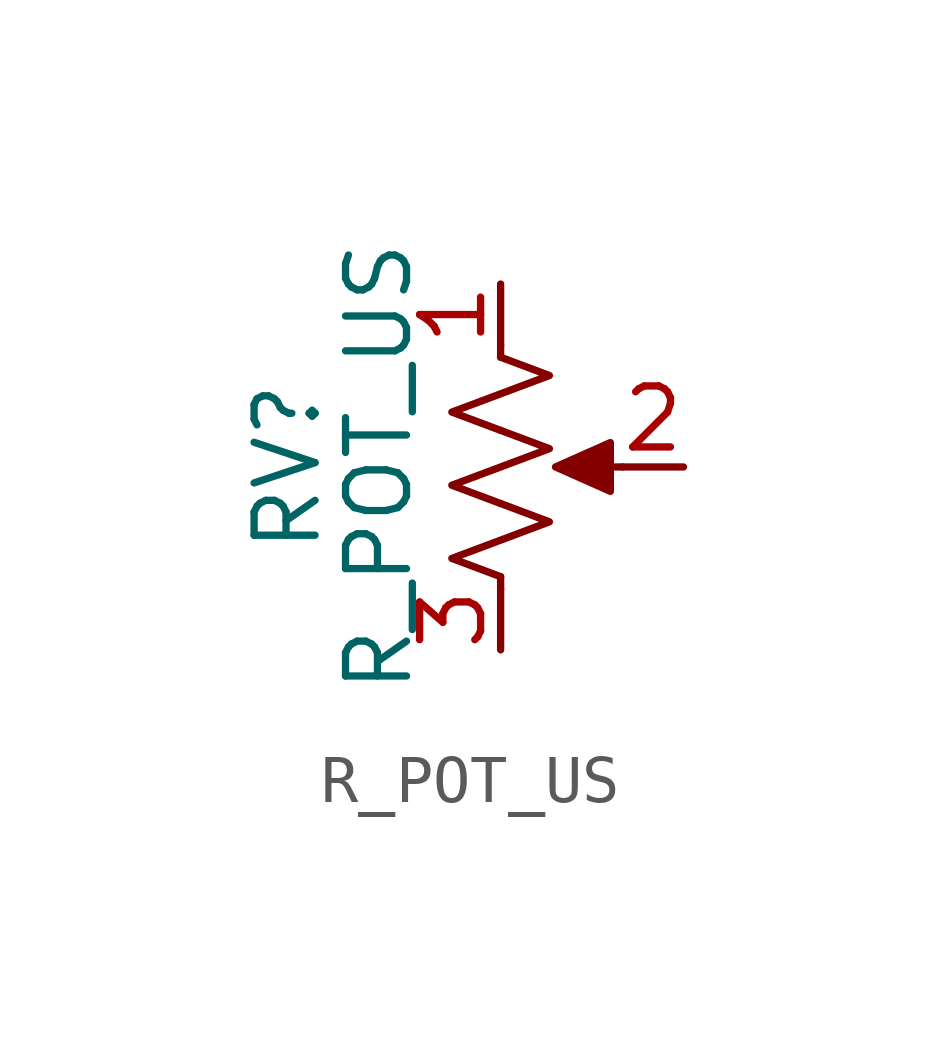
<source format=kicad_sym>
(kicad_symbol_lib
  (version 20211014)
  (generator kicad_symbol_editor)
  (symbol "R_POT_US"
    (pin_names
      (offset 1.016) hide)
    (property "Reference" "RV"
      (at -4.445 0 90)
      (effects (font (size 1.27 1.27))))
    (property "Value" "R_POT_US"
      (at -2.54 0 90)
      (effects (font (size 1.27 1.27))))
    (symbol "R_POT_US_0_1"
      (polyline (pts (xy 0 -2.286) (xy 0 -2.54)) (stroke (width 0) (type default) (color 0 0 0 0)) (fill (type none)))
      (polyline (pts (xy 0 2.54) (xy 0 2.286)) (stroke (width 0) (type default) (color 0 0 0 0)) (fill (type none)))
      (polyline (pts (xy 2.54 0) (xy 1.524 0)) (stroke (width 0) (type default) (color 0 0 0 0)) (fill (type none)))
      (polyline (pts (xy 1.143 0) (xy 2.286 0.508) (xy 2.286 -0.508) (xy 1.143 0)) (stroke (width 0) (type default) (color 0 0 0 0)) (fill (type outline)))
      (polyline (pts (xy 0 -0.762) (xy 1.016 -1.143) (xy 0 -1.524) (xy -1.016 -1.905) (xy 0 -2.286)) (stroke (width 0) (type default) (color 0 0 0 0)) (fill (type none)))
      (polyline (pts (xy 0 0.762) (xy 1.016 0.381) (xy 0 0) (xy -1.016 -0.381) (xy 0 -0.762)) (stroke (width 0) (type default) (color 0 0 0 0)) (fill (type none)))
      (polyline (pts (xy 0 2.286) (xy 1.016 1.905) (xy 0 1.524) (xy -1.016 1.143) (xy 0 0.762)) (stroke (width 0) (type default) (color 0 0 0 0)) (fill (type none))))
    (symbol "R_POT_US_1_1"
      (pin passive line (at 0 3.81 270) (length 1.27) (name "1" (effects (font (size 1.27 1.27)))) (number "1" (effects (font (size 1.27 1.27)))))
      (pin passive line (at 3.81 0 180) (length 1.27) (name "2" (effects (font (size 1.27 1.27)))) (number "2" (effects (font (size 1.27 1.27)))))
      (pin passive line (at 0 -3.81 90) (length 1.27) (name "3" (effects (font (size 1.27 1.27)))) (number "3" (effects (font (size 1.27 1.27))))))))
</source>
